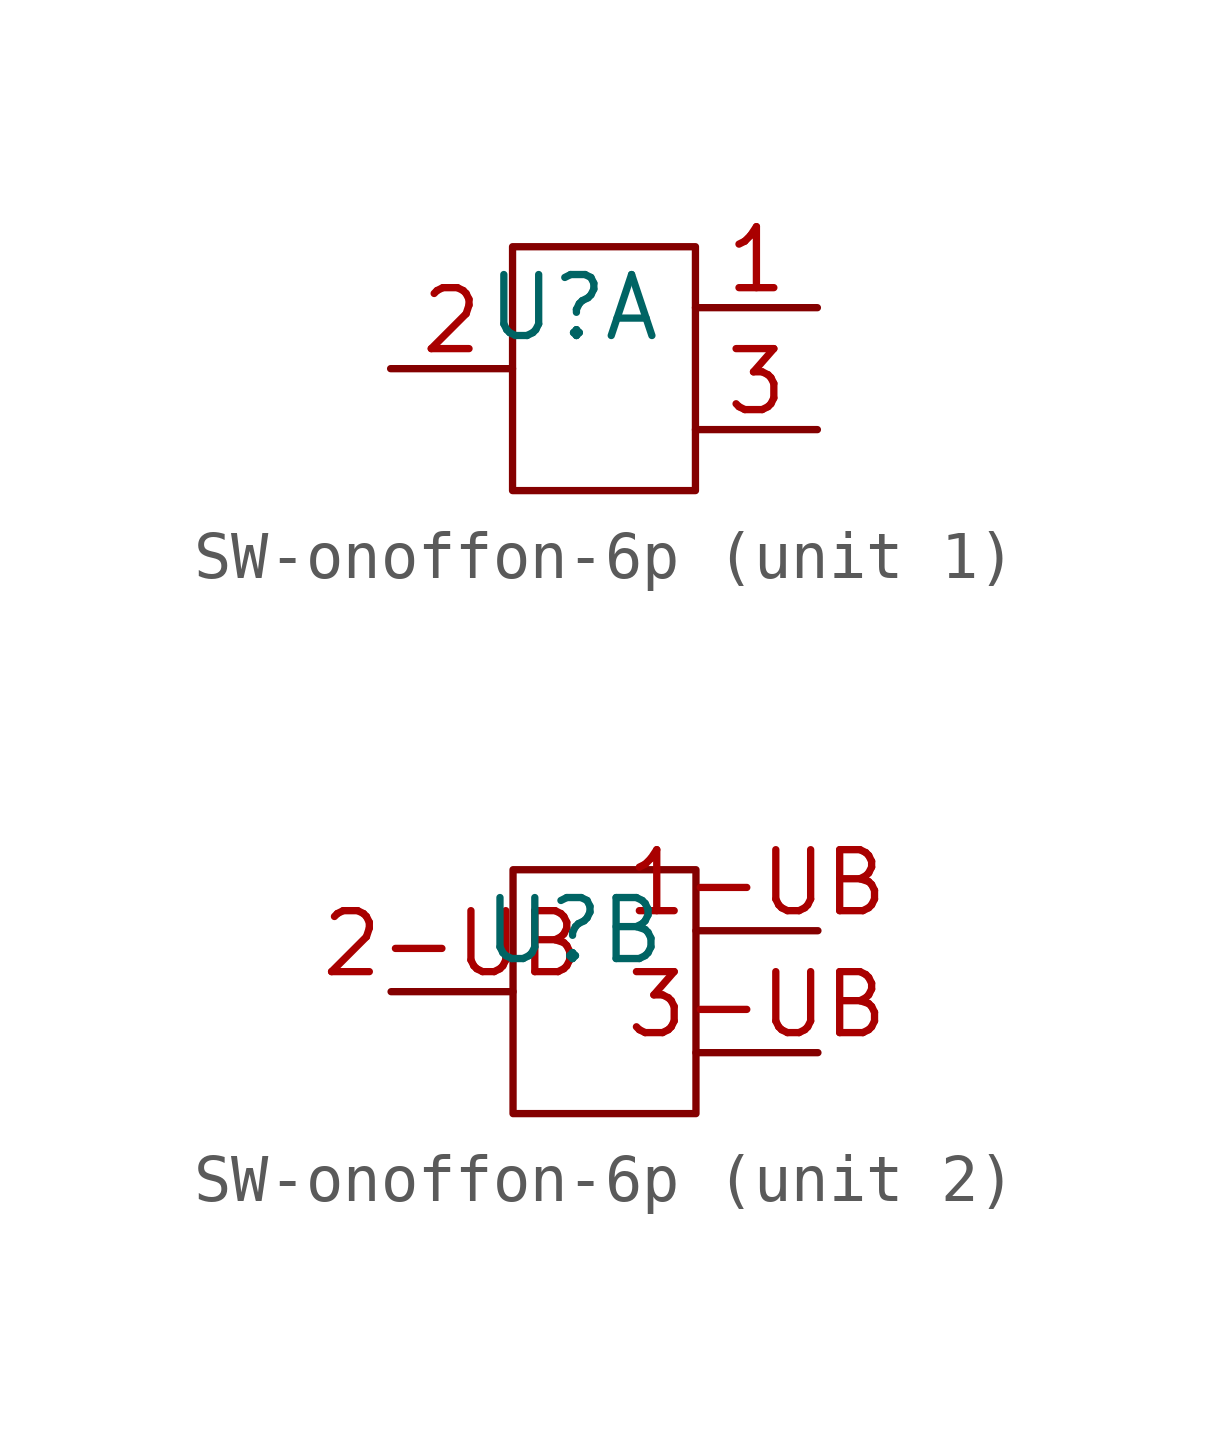
<source format=kicad_sym>
(kicad_symbol_lib
  (version 20241209)
  (generator "kicad_symbol_editor")
  (generator_version "9.0")
  (symbol "SW-onoffon-6p"
    (property "Reference" "U"
      (at 0 0 0)
      (effects (font (size 1.27 1.27))))
    (property "Value" ""
      (at 0 0 0)
      (effects (font (size 1.27 1.27))))
    (symbol "SW-onoffon-6p_0_1"
      (rectangle (start -1.27 1.27) (end 2.54 -3.81) (stroke (width 0) (type default)) (fill (type none))))
    (symbol "SW-onoffon-6p_1_1"
      (pin input line (at -3.81 -1.27 0) (length 2.54) (name "" (effects (font (size 1.27 1.27)))) (number "2" (effects (font (size 1.27 1.27)))))
      (pin input line (at 5.08 0 180) (length 2.54) (name "" (effects (font (size 1.27 1.27)))) (number "1" (effects (font (size 1.27 1.27)))))
      (pin input line (at 5.08 -2.54 180) (length 2.54) (name "" (effects (font (size 1.27 1.27)))) (number "3" (effects (font (size 1.27 1.27))))))
    (symbol "SW-onoffon-6p_2_1"
      (pin input line (at -3.81 -1.27 0) (length 2.54) (name "" (effects (font (size 1.27 1.27)))) (number "2-UB" (effects (font (size 1.27 1.27)))))
      (pin input line (at 5.08 0 180) (length 2.54) (name "" (effects (font (size 1.27 1.27)))) (number "1-UB" (effects (font (size 1.27 1.27)))))
      (pin input line (at 5.08 -2.54 180) (length 2.54) (name "" (effects (font (size 1.27 1.27)))) (number "3-UB" (effects (font (size 1.27 1.27))))))))
</source>
